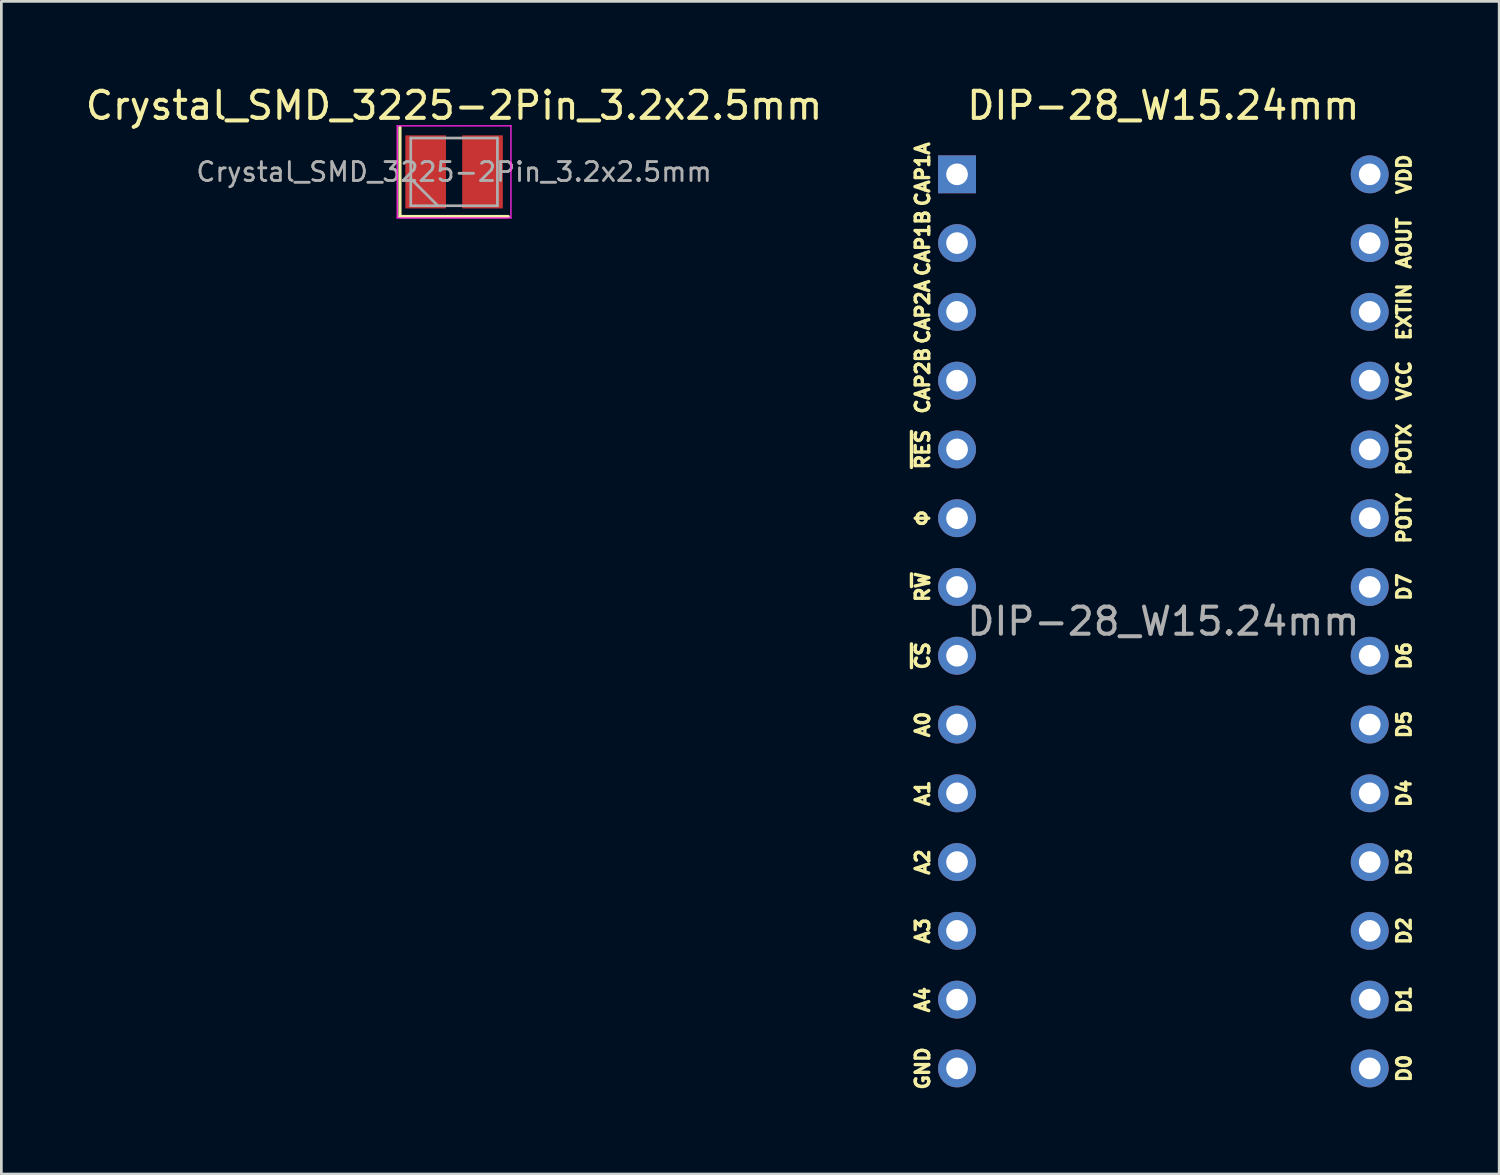
<source format=kicad_pcb>
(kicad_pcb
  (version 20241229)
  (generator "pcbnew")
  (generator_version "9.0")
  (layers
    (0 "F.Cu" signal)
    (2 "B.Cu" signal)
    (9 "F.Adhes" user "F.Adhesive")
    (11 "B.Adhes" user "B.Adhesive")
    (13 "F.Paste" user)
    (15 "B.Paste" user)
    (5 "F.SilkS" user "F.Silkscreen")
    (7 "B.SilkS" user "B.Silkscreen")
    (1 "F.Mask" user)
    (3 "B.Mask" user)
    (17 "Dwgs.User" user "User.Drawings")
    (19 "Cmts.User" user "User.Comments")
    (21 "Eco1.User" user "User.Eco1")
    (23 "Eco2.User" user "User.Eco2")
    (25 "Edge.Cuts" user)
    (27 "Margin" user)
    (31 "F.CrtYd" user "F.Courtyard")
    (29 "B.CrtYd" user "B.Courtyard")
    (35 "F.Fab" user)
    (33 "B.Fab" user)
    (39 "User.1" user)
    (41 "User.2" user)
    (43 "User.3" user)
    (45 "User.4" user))
  (footprint "DIP-28_W15.24mm"
    (layer "F.Cu")
    (at 32.295 3.388)
    (property "Reference" "DIP-28_W15.24mm" (at 7.62 -2.54 0) (layer "F.SilkS") (effects (font (size 1 1) (thickness 0.15))))
    (attr through_hole)
    (fp_text user "VDD" (at 16.51 0 90) (layer "F.SilkS") (effects (font (size 0.5 0.5) (thickness 0.125))))
    (fp_text user "GND" (at -1.27 33.02 90) (layer "F.SilkS") (effects (font (size 0.5 0.5) (thickness 0.125))))
    (fp_text user "Φ" (at -1.27 12.7 90) (layer "F.SilkS") (effects (font (size 0.5 0.5) (thickness 0.125))))
    (fp_text user "D1" (at 16.51 30.48 90) (layer "F.SilkS") (effects (font (size 0.5 0.5) (thickness 0.125))))
    (fp_text user "D0" (at 16.51 33.02 90) (layer "F.SilkS") (effects (font (size 0.5 0.5) (thickness 0.125))))
    (fp_text user "EXTIN" (at 16.51 5.08 90) (layer "F.SilkS") (effects (font (size 0.5 0.5) (thickness 0.125))))
    (fp_text user "A1" (at -1.27 22.86 90) (layer "F.SilkS") (effects (font (size 0.5 0.5) (thickness 0.125))))
    (fp_text user "D3" (at 16.51 25.4 90) (layer "F.SilkS") (effects (font (size 0.5 0.5) (thickness 0.125))))
    (fp_text user "VCC" (at 16.51 7.62 90) (layer "F.SilkS") (effects (font (size 0.5 0.5) (thickness 0.125))))
    (fp_text user "POTX" (at 16.51 10.16 90) (layer "F.SilkS") (effects (font (size 0.5 0.5) (thickness 0.125))))
    (fp_text user "POTY" (at 16.51 12.7 90) (layer "F.SilkS") (effects (font (size 0.5 0.5) (thickness 0.125))))
    (fp_text user "CAP1B" (at -1.27 2.54 90) (layer "F.SilkS") (effects (font (size 0.5 0.5) (thickness 0.125))))
    (fp_text user "CAP2A" (at -1.27 5.08 90) (layer "F.SilkS") (effects (font (size 0.5 0.5) (thickness 0.125))))
    (fp_text user "D4" (at 16.51 22.86 90) (layer "F.SilkS") (effects (font (size 0.5 0.5) (thickness 0.125))))
    (fp_text user "AOUT" (at 16.51 2.54 90) (layer "F.SilkS") (effects (font (size 0.5 0.5) (thickness 0.125))))
    (fp_text user "A0" (at -1.27 20.32 90) (layer "F.SilkS") (effects (font (size 0.5 0.5) (thickness 0.125))))
    (fp_text user "D5" (at 16.51 20.32 90) (layer "F.SilkS") (effects (font (size 0.5 0.5) (thickness 0.125))))
    (fp_text user "D6" (at 16.51 17.78 90) (layer "F.SilkS") (effects (font (size 0.5 0.5) (thickness 0.125))))
    (fp_text user "CAP1A" (at -1.27 0 90) (layer "F.SilkS") (effects (font (size 0.5 0.5) (thickness 0.125))))
    (fp_text user "A4" (at -1.27 30.48 90) (layer "F.SilkS") (effects (font (size 0.5 0.5) (thickness 0.125))))
    (fp_text user "A2" (at -1.27 25.4 90) (layer "F.SilkS") (effects (font (size 0.5 0.5) (thickness 0.125))))
    (fp_text user "CAP2B" (at -1.27 7.62 90) (layer "F.SilkS") (effects (font (size 0.5 0.5) (thickness 0.125))))
    (fp_text user "~{RES}" (at -1.27 10.16 90) (layer "F.SilkS") (effects (font (size 0.5 0.5) (thickness 0.125))))
    (fp_text user "D7" (at 16.51 15.24 90) (layer "F.SilkS") (effects (font (size 0.5 0.5) (thickness 0.125))))
    (fp_text user "R~{W}" (at -1.27 15.24 90) (layer "F.SilkS") (effects (font (size 0.5 0.5) (thickness 0.125))))
    (fp_text user "~{CS}" (at -1.27 17.78 90) (layer "F.SilkS") (effects (font (size 0.5 0.5) (thickness 0.125))))
    (fp_text user "A3" (at -1.27 27.94 90) (layer "F.SilkS") (effects (font (size 0.5 0.5) (thickness 0.125))))
    (fp_text user "D2" (at 16.51 27.94 90) (layer "F.SilkS") (effects (font (size 0.5 0.5) (thickness 0.125))))
    (fp_text user "${REFERENCE}" (at 7.62 16.51 0) (layer "F.Fab") (effects (font (size 1 1) (thickness 0.15))))
    (pad "1" thru_hole rect (at 0 0) (size 1.4 1.4) (drill 0.8) (layers "*.Cu" "*.Mask"))
    (pad "2" thru_hole oval (at 0 2.54) (size 1.4 1.4) (drill 0.8) (layers "*.Cu" "*.Mask"))
    (pad "3" thru_hole oval (at 0 5.08) (size 1.4 1.4) (drill 0.8) (layers "*.Cu" "*.Mask"))
    (pad "4" thru_hole oval (at 0 7.62) (size 1.4 1.4) (drill 0.8) (layers "*.Cu" "*.Mask"))
    (pad "5" thru_hole oval (at 0 10.16) (size 1.4 1.4) (drill 0.8) (layers "*.Cu" "*.Mask"))
    (pad "6" thru_hole oval (at 0 12.7) (size 1.4 1.4) (drill 0.8) (layers "*.Cu" "*.Mask"))
    (pad "7" thru_hole oval (at 0 15.24) (size 1.4 1.4) (drill 0.8) (layers "*.Cu" "*.Mask"))
    (pad "8" thru_hole oval (at 0 17.78) (size 1.4 1.4) (drill 0.8) (layers "*.Cu" "*.Mask"))
    (pad "9" thru_hole oval (at 0 20.32) (size 1.4 1.4) (drill 0.8) (layers "*.Cu" "*.Mask"))
    (pad "10" thru_hole oval (at 0 22.86) (size 1.4 1.4) (drill 0.8) (layers "*.Cu" "*.Mask"))
    (pad "11" thru_hole oval (at 0 25.4) (size 1.4 1.4) (drill 0.8) (layers "*.Cu" "*.Mask"))
    (pad "12" thru_hole oval (at 0 27.94) (size 1.4 1.4) (drill 0.8) (layers "*.Cu" "*.Mask"))
    (pad "13" thru_hole oval (at 0 30.48) (size 1.4 1.4) (drill 0.8) (layers "*.Cu" "*.Mask"))
    (pad "14" thru_hole oval (at 0 33.02) (size 1.4 1.4) (drill 0.8) (layers "*.Cu" "*.Mask"))
    (pad "15" thru_hole oval (at 15.24 33.02) (size 1.4 1.4) (drill 0.8) (layers "*.Cu" "*.Mask"))
    (pad "16" thru_hole oval (at 15.24 30.48) (size 1.4 1.4) (drill 0.8) (layers "*.Cu" "*.Mask"))
    (pad "17" thru_hole oval (at 15.24 27.94) (size 1.4 1.4) (drill 0.8) (layers "*.Cu" "*.Mask"))
    (pad "18" thru_hole oval (at 15.24 25.4) (size 1.4 1.4) (drill 0.8) (layers "*.Cu" "*.Mask"))
    (pad "19" thru_hole oval (at 15.24 22.86) (size 1.4 1.4) (drill 0.8) (layers "*.Cu" "*.Mask"))
    (pad "20" thru_hole oval (at 15.24 20.32) (size 1.4 1.4) (drill 0.8) (layers "*.Cu" "*.Mask"))
    (pad "21" thru_hole oval (at 15.24 17.78) (size 1.4 1.4) (drill 0.8) (layers "*.Cu" "*.Mask"))
    (pad "22" thru_hole oval (at 15.24 15.24) (size 1.4 1.4) (drill 0.8) (layers "*.Cu" "*.Mask"))
    (pad "23" thru_hole oval (at 15.24 12.7) (size 1.4 1.4) (drill 0.8) (layers "*.Cu" "*.Mask"))
    (pad "24" thru_hole oval (at 15.24 10.16) (size 1.4 1.4) (drill 0.8) (layers "*.Cu" "*.Mask"))
    (pad "25" thru_hole oval (at 15.24 7.62) (size 1.4 1.4) (drill 0.8) (layers "*.Cu" "*.Mask"))
    (pad "26" thru_hole oval (at 15.24 5.08) (size 1.4 1.4) (drill 0.8) (layers "*.Cu" "*.Mask"))
    (pad "27" thru_hole oval (at 15.24 2.54) (size 1.4 1.4) (drill 0.8) (layers "*.Cu" "*.Mask"))
    (pad "28" thru_hole oval (at 15.24 0) (size 1.4 1.4) (drill 0.8) (layers "*.Cu" "*.Mask")))
  (footprint "Crystal_SMD_3225-2Pin_3.2x2.5mm"
    (layer "F.Cu")
    (at 13.72 3.298)
    (property "Reference" "Crystal_SMD_3225-2Pin_3.2x2.5mm" (at 0 -2.45 0) (layer "F.SilkS") (effects (font (size 1 1) (thickness 0.15))))
    (attr smd)
    (fp_line (start -2 -1.65) (end -2 1.65) (stroke (width 0.12) (type solid)) (layer "F.SilkS"))
    (fp_line (start -2 1.65) (end 2 1.65) (stroke (width 0.12) (type solid)) (layer "F.SilkS"))
    (fp_line (start -2.1 -1.7) (end -2.1 1.7) (stroke (width 0.05) (type solid)) (layer "F.CrtYd"))
    (fp_line (start -2.1 1.7) (end 2.1 1.7) (stroke (width 0.05) (type solid)) (layer "F.CrtYd"))
    (fp_line (start 2.1 -1.7) (end -2.1 -1.7) (stroke (width 0.05) (type solid)) (layer "F.CrtYd"))
    (fp_line (start 2.1 1.7) (end 2.1 -1.7) (stroke (width 0.05) (type solid)) (layer "F.CrtYd"))
    (fp_line (start -1.6 -1.25) (end -1.6 1.25) (stroke (width 0.1) (type solid)) (layer "F.Fab"))
    (fp_line (start -1.6 0.25) (end -0.6 1.25) (stroke (width 0.1) (type solid)) (layer "F.Fab"))
    (fp_line (start -1.6 1.25) (end 1.6 1.25) (stroke (width 0.1) (type solid)) (layer "F.Fab"))
    (fp_line (start 1.6 -1.25) (end -1.6 -1.25) (stroke (width 0.1) (type solid)) (layer "F.Fab"))
    (fp_line (start 1.6 1.25) (end 1.6 -1.25) (stroke (width 0.1) (type solid)) (layer "F.Fab"))
    (fp_text user "${REFERENCE}" (at 0 0 0) (layer "F.Fab") (effects (font (size 0.7 0.7) (thickness 0.105))))
    (pad "1" smd rect (at -1.05 0) (size 1.5 2.7) (layers "F.Cu" "F.Mask" "F.Paste"))
    (pad "2" smd rect (at 1.05 0) (size 1.5 2.7) (layers "F.Cu" "F.Mask" "F.Paste")))
  (gr_rect
    (start -3 -3)
    (end 52.317 40.308)
    (stroke (width 0.1) (type default))
    (fill no)
    (layer "Edge.Cuts")))
</source>
